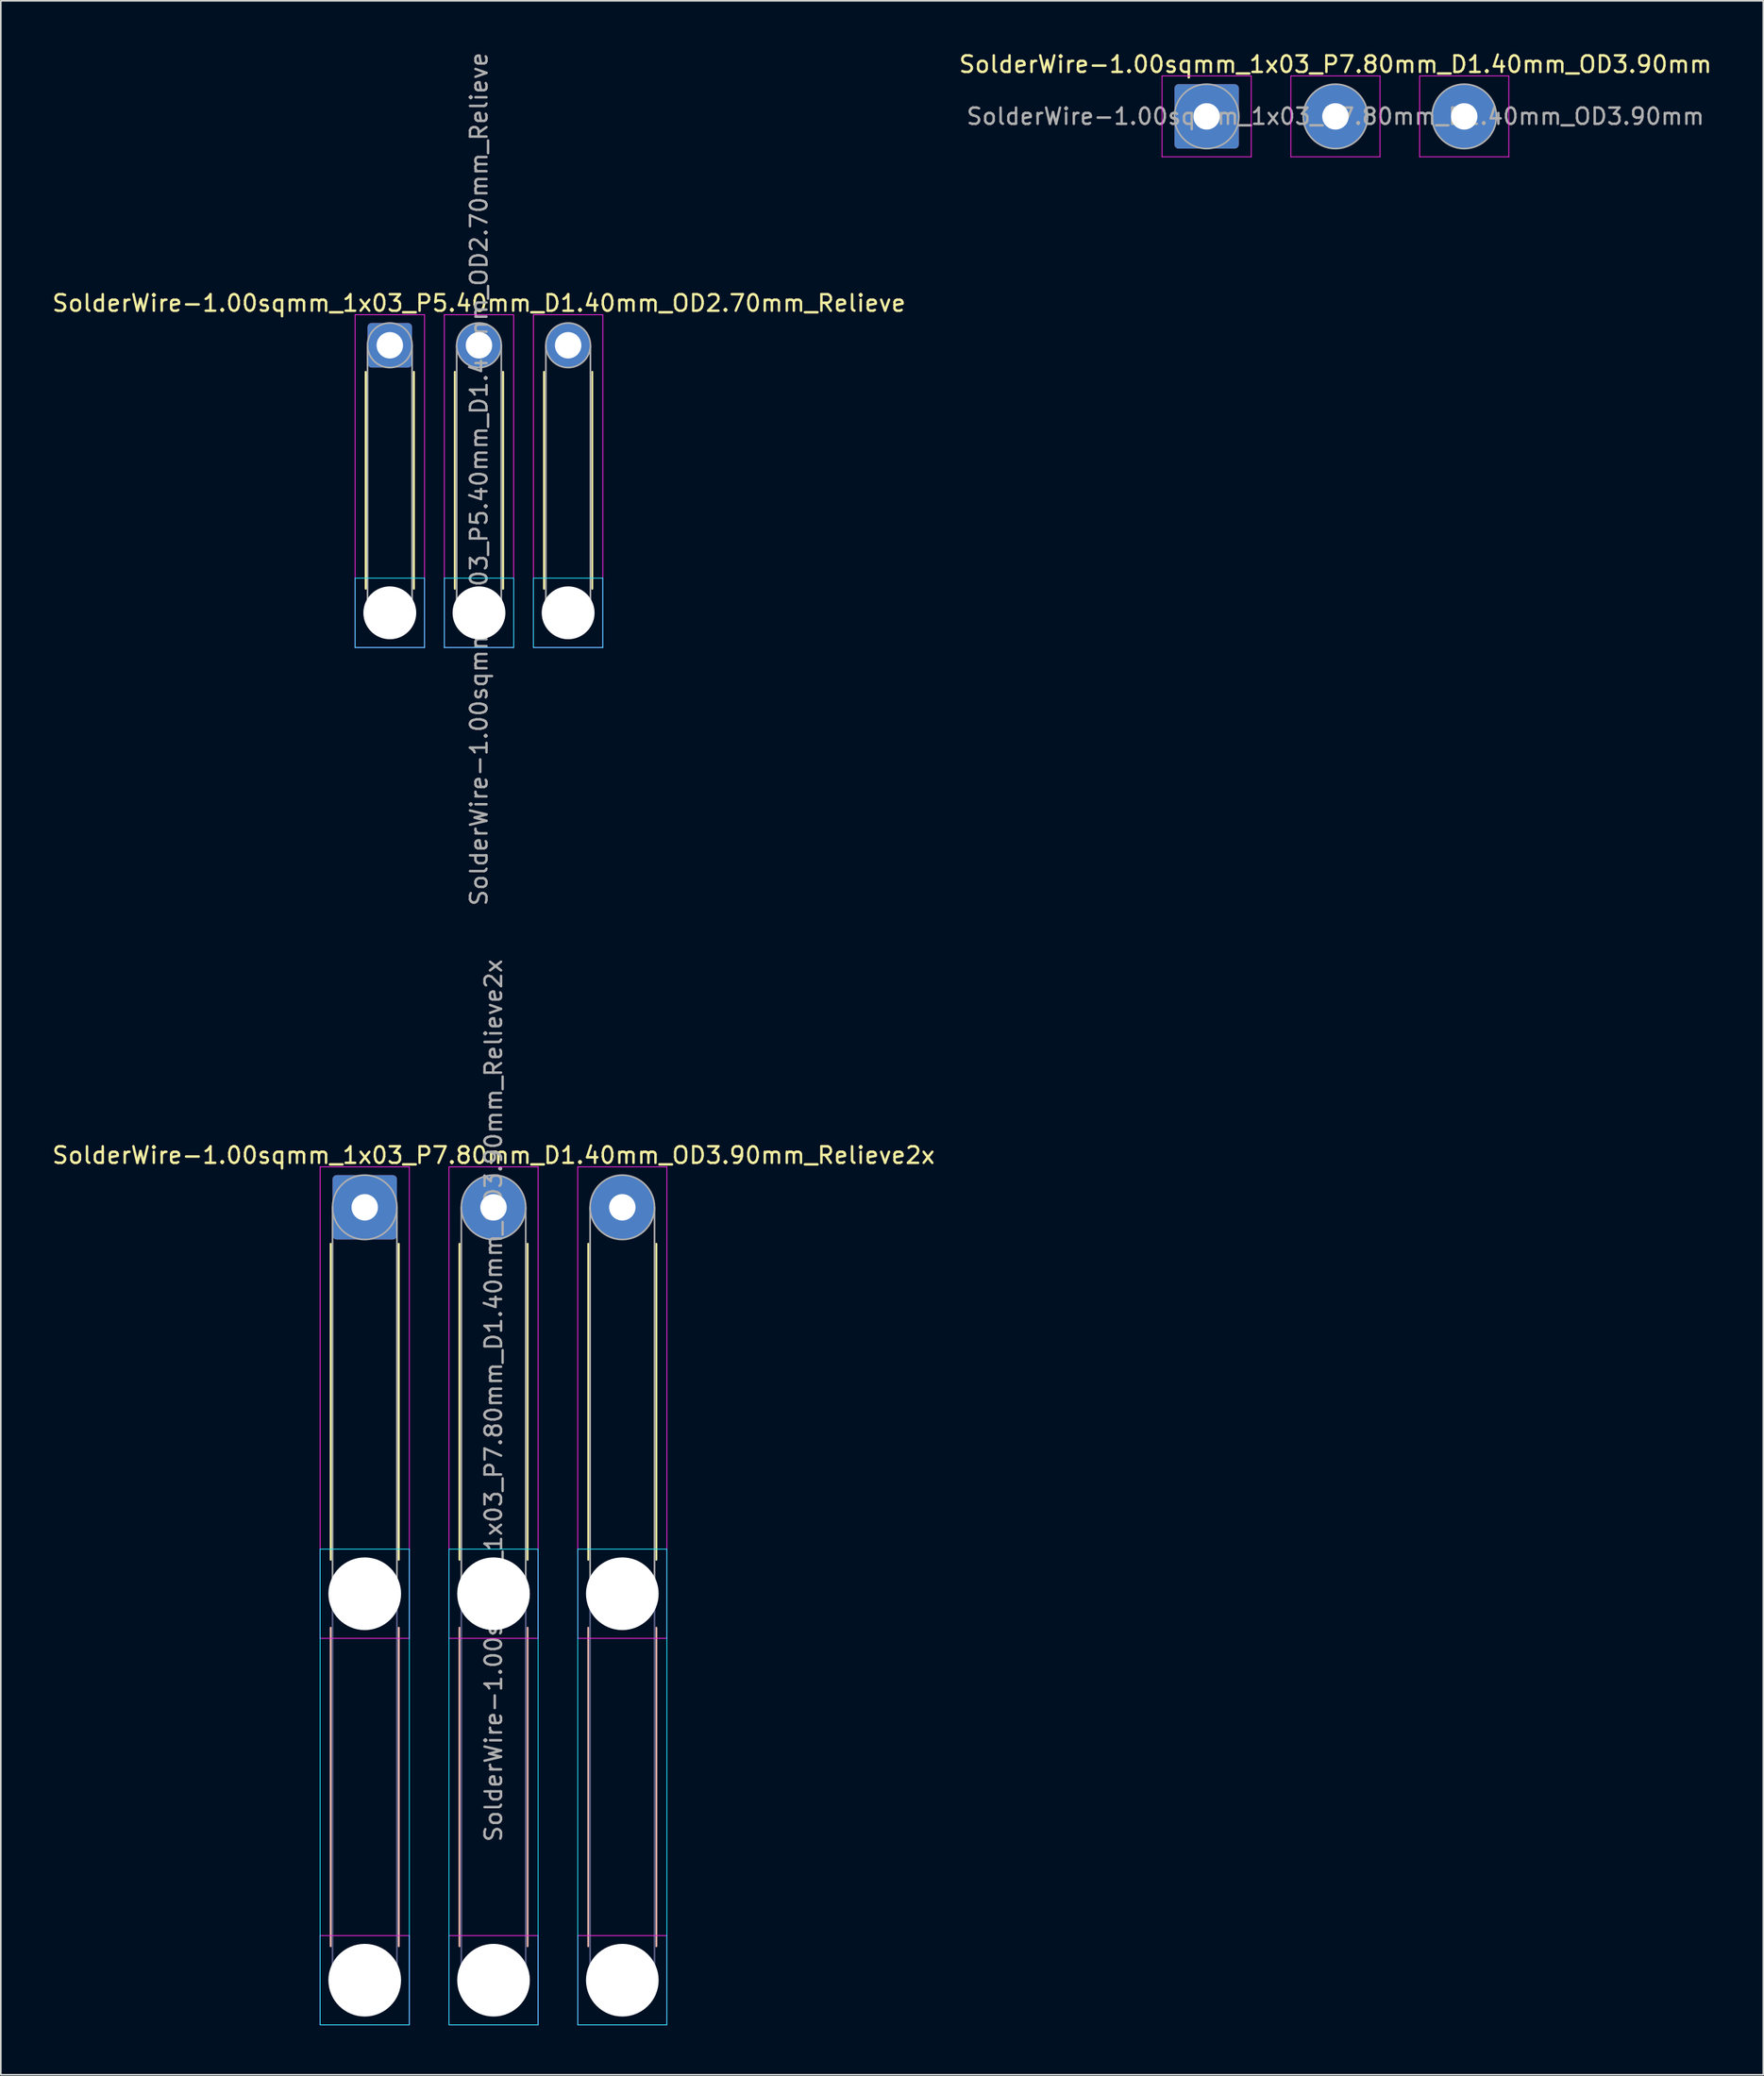
<source format=kicad_pcb>
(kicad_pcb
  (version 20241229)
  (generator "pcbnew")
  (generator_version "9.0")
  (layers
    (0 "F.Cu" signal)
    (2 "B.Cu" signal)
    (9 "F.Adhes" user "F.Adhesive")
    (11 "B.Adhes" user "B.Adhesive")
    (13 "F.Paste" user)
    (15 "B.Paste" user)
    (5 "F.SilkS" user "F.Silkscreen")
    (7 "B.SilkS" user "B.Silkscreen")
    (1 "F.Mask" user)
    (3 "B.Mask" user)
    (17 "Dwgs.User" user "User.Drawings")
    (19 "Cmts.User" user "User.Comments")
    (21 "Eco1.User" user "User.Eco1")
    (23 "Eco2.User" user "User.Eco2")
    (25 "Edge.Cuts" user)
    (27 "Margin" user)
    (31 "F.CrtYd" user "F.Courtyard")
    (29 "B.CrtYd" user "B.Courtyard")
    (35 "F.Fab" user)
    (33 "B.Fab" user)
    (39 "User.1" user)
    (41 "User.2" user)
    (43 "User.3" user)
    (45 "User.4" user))
  (footprint "SolderWire-1.00sqmm_1x03_P7.80mm_D1.40mm_OD3.90mm_Relieve2x"
    (layer "F.Cu")
    (at 19.039 70.056)
    (property "Reference" "SolderWire-1.00sqmm_1x03_P7.80mm_D1.40mm_OD3.90mm_Relieve2x" (at 7.8 -3.15 0) (layer "F.SilkS") (effects (font (size 1 1) (thickness 0.15))))
    (attr exclude_from_pos_files exclude_from_bom)
    (fp_line (start -2.06 2.21) (end -2.06 21.34) (stroke (width 0.12) (type solid)) (layer "F.SilkS"))
    (fp_line (start 2.06 2.21) (end 2.06 21.34) (stroke (width 0.12) (type solid)) (layer "F.SilkS"))
    (fp_line (start 5.74 2.21) (end 5.74 21.34) (stroke (width 0.12) (type solid)) (layer "F.SilkS"))
    (fp_line (start 9.86 2.21) (end 9.86 21.34) (stroke (width 0.12) (type solid)) (layer "F.SilkS"))
    (fp_line (start 13.54 2.21) (end 13.54 21.34) (stroke (width 0.12) (type solid)) (layer "F.SilkS"))
    (fp_line (start 17.66 2.21) (end 17.66 21.34) (stroke (width 0.12) (type solid)) (layer "F.SilkS"))
    (fp_line (start -2.06 25.46) (end -2.06 44.74) (stroke (width 0.12) (type solid)) (layer "B.SilkS"))
    (fp_line (start 2.06 25.46) (end 2.06 44.74) (stroke (width 0.12) (type solid)) (layer "B.SilkS"))
    (fp_line (start 5.74 25.46) (end 5.74 44.74) (stroke (width 0.12) (type solid)) (layer "B.SilkS"))
    (fp_line (start 9.86 25.46) (end 9.86 44.74) (stroke (width 0.12) (type solid)) (layer "B.SilkS"))
    (fp_line (start 13.54 25.46) (end 13.54 44.74) (stroke (width 0.12) (type solid)) (layer "B.SilkS"))
    (fp_line (start 17.66 25.46) (end 17.66 44.74) (stroke (width 0.12) (type solid)) (layer "B.SilkS"))
    (fp_line (start -2.7 20.7) (end -2.7 49.5) (stroke (width 0.05) (type solid)) (layer "B.CrtYd"))
    (fp_line (start -2.7 49.5) (end 2.7 49.5) (stroke (width 0.05) (type solid)) (layer "B.CrtYd"))
    (fp_line (start 2.7 20.7) (end -2.7 20.7) (stroke (width 0.05) (type solid)) (layer "B.CrtYd"))
    (fp_line (start 2.7 49.5) (end 2.7 20.7) (stroke (width 0.05) (type solid)) (layer "B.CrtYd"))
    (fp_line (start 5.1 20.7) (end 5.1 49.5) (stroke (width 0.05) (type solid)) (layer "B.CrtYd"))
    (fp_line (start 5.1 49.5) (end 10.5 49.5) (stroke (width 0.05) (type solid)) (layer "B.CrtYd"))
    (fp_line (start 10.5 20.7) (end 5.1 20.7) (stroke (width 0.05) (type solid)) (layer "B.CrtYd"))
    (fp_line (start 10.5 49.5) (end 10.5 20.7) (stroke (width 0.05) (type solid)) (layer "B.CrtYd"))
    (fp_line (start 12.9 20.7) (end 12.9 49.5) (stroke (width 0.05) (type solid)) (layer "B.CrtYd"))
    (fp_line (start 12.9 49.5) (end 18.3 49.5) (stroke (width 0.05) (type solid)) (layer "B.CrtYd"))
    (fp_line (start 18.3 20.7) (end 12.9 20.7) (stroke (width 0.05) (type solid)) (layer "B.CrtYd"))
    (fp_line (start 18.3 49.5) (end 18.3 20.7) (stroke (width 0.05) (type solid)) (layer "B.CrtYd"))
    (fp_line (start -2.7 -2.45) (end -2.7 26.1) (stroke (width 0.05) (type solid)) (layer "F.CrtYd"))
    (fp_line (start -2.7 26.1) (end 2.7 26.1) (stroke (width 0.05) (type solid)) (layer "F.CrtYd"))
    (fp_line (start -2.7 44.1) (end -2.7 49.5) (stroke (width 0.05) (type solid)) (layer "F.CrtYd"))
    (fp_line (start -2.7 49.5) (end 2.7 49.5) (stroke (width 0.05) (type solid)) (layer "F.CrtYd"))
    (fp_line (start 2.7 -2.45) (end -2.7 -2.45) (stroke (width 0.05) (type solid)) (layer "F.CrtYd"))
    (fp_line (start 2.7 26.1) (end 2.7 -2.45) (stroke (width 0.05) (type solid)) (layer "F.CrtYd"))
    (fp_line (start 2.7 44.1) (end -2.7 44.1) (stroke (width 0.05) (type solid)) (layer "F.CrtYd"))
    (fp_line (start 2.7 49.5) (end 2.7 44.1) (stroke (width 0.05) (type solid)) (layer "F.CrtYd"))
    (fp_line (start 5.1 -2.45) (end 5.1 26.1) (stroke (width 0.05) (type solid)) (layer "F.CrtYd"))
    (fp_line (start 5.1 26.1) (end 10.5 26.1) (stroke (width 0.05) (type solid)) (layer "F.CrtYd"))
    (fp_line (start 5.1 44.1) (end 5.1 49.5) (stroke (width 0.05) (type solid)) (layer "F.CrtYd"))
    (fp_line (start 5.1 49.5) (end 10.5 49.5) (stroke (width 0.05) (type solid)) (layer "F.CrtYd"))
    (fp_line (start 10.5 -2.45) (end 5.1 -2.45) (stroke (width 0.05) (type solid)) (layer "F.CrtYd"))
    (fp_line (start 10.5 26.1) (end 10.5 -2.45) (stroke (width 0.05) (type solid)) (layer "F.CrtYd"))
    (fp_line (start 10.5 44.1) (end 5.1 44.1) (stroke (width 0.05) (type solid)) (layer "F.CrtYd"))
    (fp_line (start 10.5 49.5) (end 10.5 44.1) (stroke (width 0.05) (type solid)) (layer "F.CrtYd"))
    (fp_line (start 12.9 -2.45) (end 12.9 26.1) (stroke (width 0.05) (type solid)) (layer "F.CrtYd"))
    (fp_line (start 12.9 26.1) (end 18.3 26.1) (stroke (width 0.05) (type solid)) (layer "F.CrtYd"))
    (fp_line (start 12.9 44.1) (end 12.9 49.5) (stroke (width 0.05) (type solid)) (layer "F.CrtYd"))
    (fp_line (start 12.9 49.5) (end 18.3 49.5) (stroke (width 0.05) (type solid)) (layer "F.CrtYd"))
    (fp_line (start 18.3 -2.45) (end 12.9 -2.45) (stroke (width 0.05) (type solid)) (layer "F.CrtYd"))
    (fp_line (start 18.3 26.1) (end 18.3 -2.45) (stroke (width 0.05) (type solid)) (layer "F.CrtYd"))
    (fp_line (start 18.3 44.1) (end 12.9 44.1) (stroke (width 0.05) (type solid)) (layer "F.CrtYd"))
    (fp_line (start 18.3 49.5) (end 18.3 44.1) (stroke (width 0.05) (type solid)) (layer "F.CrtYd"))
    (fp_line (start -1.95 23.4) (end -1.95 46.8) (stroke (width 0.1) (type solid)) (layer "B.Fab"))
    (fp_line (start 1.95 23.4) (end 1.95 46.8) (stroke (width 0.1) (type solid)) (layer "B.Fab"))
    (fp_line (start 5.85 23.4) (end 5.85 46.8) (stroke (width 0.1) (type solid)) (layer "B.Fab"))
    (fp_line (start 9.75 23.4) (end 9.75 46.8) (stroke (width 0.1) (type solid)) (layer "B.Fab"))
    (fp_line (start 13.65 23.4) (end 13.65 46.8) (stroke (width 0.1) (type solid)) (layer "B.Fab"))
    (fp_line (start 17.55 23.4) (end 17.55 46.8) (stroke (width 0.1) (type solid)) (layer "B.Fab"))
    (fp_circle (center 0 23.4) (end 1.95 23.4) (stroke (width 0.1) (type solid)) (fill no) (layer "B.Fab"))
    (fp_circle (center 0 46.8) (end 1.95 46.8) (stroke (width 0.1) (type solid)) (fill no) (layer "B.Fab"))
    (fp_circle (center 7.8 23.4) (end 9.75 23.4) (stroke (width 0.1) (type solid)) (fill no) (layer "B.Fab"))
    (fp_circle (center 7.8 46.8) (end 9.75 46.8) (stroke (width 0.1) (type solid)) (fill no) (layer "B.Fab"))
    (fp_circle (center 15.6 23.4) (end 17.55 23.4) (stroke (width 0.1) (type solid)) (fill no) (layer "B.Fab"))
    (fp_circle (center 15.6 46.8) (end 17.55 46.8) (stroke (width 0.1) (type solid)) (fill no) (layer "B.Fab"))
    (fp_line (start -1.95 0) (end -1.95 23.4) (stroke (width 0.1) (type solid)) (layer "F.Fab"))
    (fp_line (start 1.95 0) (end 1.95 23.4) (stroke (width 0.1) (type solid)) (layer "F.Fab"))
    (fp_line (start 5.85 0) (end 5.85 23.4) (stroke (width 0.1) (type solid)) (layer "F.Fab"))
    (fp_line (start 9.75 0) (end 9.75 23.4) (stroke (width 0.1) (type solid)) (layer "F.Fab"))
    (fp_line (start 13.65 0) (end 13.65 23.4) (stroke (width 0.1) (type solid)) (layer "F.Fab"))
    (fp_line (start 17.55 0) (end 17.55 23.4) (stroke (width 0.1) (type solid)) (layer "F.Fab"))
    (fp_circle (center 0 0) (end 1.95 0) (stroke (width 0.1) (type solid)) (fill no) (layer "F.Fab"))
    (fp_circle (center 0 23.4) (end 1.95 23.4) (stroke (width 0.1) (type solid)) (fill no) (layer "F.Fab"))
    (fp_circle (center 0 46.8) (end 1.95 46.8) (stroke (width 0.1) (type solid)) (fill no) (layer "F.Fab"))
    (fp_circle (center 7.8 0) (end 9.75 0) (stroke (width 0.1) (type solid)) (fill no) (layer "F.Fab"))
    (fp_circle (center 7.8 23.4) (end 9.75 23.4) (stroke (width 0.1) (type solid)) (fill no) (layer "F.Fab"))
    (fp_circle (center 7.8 46.8) (end 9.75 46.8) (stroke (width 0.1) (type solid)) (fill no) (layer "F.Fab"))
    (fp_circle (center 15.6 0) (end 17.55 0) (stroke (width 0.1) (type solid)) (fill no) (layer "F.Fab"))
    (fp_circle (center 15.6 23.4) (end 17.55 23.4) (stroke (width 0.1) (type solid)) (fill no) (layer "F.Fab"))
    (fp_circle (center 15.6 46.8) (end 17.55 46.8) (stroke (width 0.1) (type solid)) (fill no) (layer "F.Fab"))
    (fp_text user "${REFERENCE}" (at 7.8 11.7 90) (layer "F.Fab") (effects (font (size 1 1) (thickness 0.15))))
    (pad "" np_thru_hole circle (at 0 23.4) (size 4.4 4.4) (drill 4.4) (layers "*.Cu" "*.Mask"))
    (pad "" np_thru_hole circle (at 0 46.8) (size 4.4 4.4) (drill 4.4) (layers "*.Cu" "*.Mask"))
    (pad "" np_thru_hole circle (at 7.8 23.4) (size 4.4 4.4) (drill 4.4) (layers "*.Cu" "*.Mask"))
    (pad "" np_thru_hole circle (at 7.8 46.8) (size 4.4 4.4) (drill 4.4) (layers "*.Cu" "*.Mask"))
    (pad "" np_thru_hole circle (at 15.6 23.4) (size 4.4 4.4) (drill 4.4) (layers "*.Cu" "*.Mask"))
    (pad "" np_thru_hole circle (at 15.6 46.8) (size 4.4 4.4) (drill 4.4) (layers "*.Cu" "*.Mask"))
    (pad "1" thru_hole roundrect (at 0 0) (size 3.9 3.9) (drill 1.6) (layers "*.Cu" "*.Mask") (roundrect_rratio 0.064))
    (pad "2" thru_hole circle (at 7.8 0) (size 3.9 3.9) (drill 1.6) (layers "*.Cu" "*.Mask"))
    (pad "3" thru_hole circle (at 15.6 0) (size 3.9 3.9) (drill 1.6) (layers "*.Cu" "*.Mask")))
  (footprint "SolderWire-1.00sqmm_1x03_P7.80mm_D1.40mm_OD3.90mm"
    (layer "F.Cu")
    (at 70.027 3.998)
    (property "Reference" "SolderWire-1.00sqmm_1x03_P7.80mm_D1.40mm_OD3.90mm" (at 7.8 -3.15 0) (layer "F.SilkS") (effects (font (size 1 1) (thickness 0.15))))
    (attr exclude_from_pos_files exclude_from_bom)
    (fp_line (start -2.7 -2.45) (end -2.7 2.45) (stroke (width 0.05) (type solid)) (layer "F.CrtYd"))
    (fp_line (start -2.7 2.45) (end 2.7 2.45) (stroke (width 0.05) (type solid)) (layer "F.CrtYd"))
    (fp_line (start 2.7 -2.45) (end -2.7 -2.45) (stroke (width 0.05) (type solid)) (layer "F.CrtYd"))
    (fp_line (start 2.7 2.45) (end 2.7 -2.45) (stroke (width 0.05) (type solid)) (layer "F.CrtYd"))
    (fp_line (start 5.1 -2.45) (end 5.1 2.45) (stroke (width 0.05) (type solid)) (layer "F.CrtYd"))
    (fp_line (start 5.1 2.45) (end 10.5 2.45) (stroke (width 0.05) (type solid)) (layer "F.CrtYd"))
    (fp_line (start 10.5 -2.45) (end 5.1 -2.45) (stroke (width 0.05) (type solid)) (layer "F.CrtYd"))
    (fp_line (start 10.5 2.45) (end 10.5 -2.45) (stroke (width 0.05) (type solid)) (layer "F.CrtYd"))
    (fp_line (start 12.9 -2.45) (end 12.9 2.45) (stroke (width 0.05) (type solid)) (layer "F.CrtYd"))
    (fp_line (start 12.9 2.45) (end 18.3 2.45) (stroke (width 0.05) (type solid)) (layer "F.CrtYd"))
    (fp_line (start 18.3 -2.45) (end 12.9 -2.45) (stroke (width 0.05) (type solid)) (layer "F.CrtYd"))
    (fp_line (start 18.3 2.45) (end 18.3 -2.45) (stroke (width 0.05) (type solid)) (layer "F.CrtYd"))
    (fp_circle (center 0 0) (end 1.95 0) (stroke (width 0.1) (type solid)) (fill no) (layer "F.Fab"))
    (fp_circle (center 7.8 0) (end 9.75 0) (stroke (width 0.1) (type solid)) (fill no) (layer "F.Fab"))
    (fp_circle (center 15.6 0) (end 17.55 0) (stroke (width 0.1) (type solid)) (fill no) (layer "F.Fab"))
    (fp_text user "${REFERENCE}" (at 7.8 0 0) (layer "F.Fab") (effects (font (size 0.98 0.98) (thickness 0.15))))
    (pad "1" thru_hole roundrect (at 0 0) (size 3.9 3.9) (drill 1.6) (layers "*.Cu" "*.Mask") (roundrect_rratio 0.064))
    (pad "2" thru_hole circle (at 7.8 0) (size 3.9 3.9) (drill 1.6) (layers "*.Cu" "*.Mask"))
    (pad "3" thru_hole circle (at 15.6 0) (size 3.9 3.9) (drill 1.6) (layers "*.Cu" "*.Mask")))
  (footprint "SolderWire-1.00sqmm_1x03_P5.40mm_D1.40mm_OD2.70mm_Relieve"
    (layer "F.Cu")
    (at 20.558 17.858)
    (property "Reference" "SolderWire-1.00sqmm_1x03_P5.40mm_D1.40mm_OD2.70mm_Relieve" (at 5.4 -2.55 0) (layer "F.SilkS") (effects (font (size 1 1) (thickness 0.15))))
    (attr exclude_from_pos_files exclude_from_bom)
    (fp_line (start -1.46 1.61) (end -1.46 14.74) (stroke (width 0.12) (type solid)) (layer "F.SilkS"))
    (fp_line (start 1.46 1.61) (end 1.46 14.74) (stroke (width 0.12) (type solid)) (layer "F.SilkS"))
    (fp_line (start 3.94 1.61) (end 3.94 14.74) (stroke (width 0.12) (type solid)) (layer "F.SilkS"))
    (fp_line (start 6.86 1.61) (end 6.86 14.74) (stroke (width 0.12) (type solid)) (layer "F.SilkS"))
    (fp_line (start 9.34 1.61) (end 9.34 14.74) (stroke (width 0.12) (type solid)) (layer "F.SilkS"))
    (fp_line (start 12.26 1.61) (end 12.26 14.74) (stroke (width 0.12) (type solid)) (layer "F.SilkS"))
    (fp_line (start -2.1 14.1) (end -2.1 18.3) (stroke (width 0.05) (type solid)) (layer "B.CrtYd"))
    (fp_line (start -2.1 18.3) (end 2.1 18.3) (stroke (width 0.05) (type solid)) (layer "B.CrtYd"))
    (fp_line (start 2.1 14.1) (end -2.1 14.1) (stroke (width 0.05) (type solid)) (layer "B.CrtYd"))
    (fp_line (start 2.1 18.3) (end 2.1 14.1) (stroke (width 0.05) (type solid)) (layer "B.CrtYd"))
    (fp_line (start 3.3 14.1) (end 3.3 18.3) (stroke (width 0.05) (type solid)) (layer "B.CrtYd"))
    (fp_line (start 3.3 18.3) (end 7.5 18.3) (stroke (width 0.05) (type solid)) (layer "B.CrtYd"))
    (fp_line (start 7.5 14.1) (end 3.3 14.1) (stroke (width 0.05) (type solid)) (layer "B.CrtYd"))
    (fp_line (start 7.5 18.3) (end 7.5 14.1) (stroke (width 0.05) (type solid)) (layer "B.CrtYd"))
    (fp_line (start 8.7 14.1) (end 8.7 18.3) (stroke (width 0.05) (type solid)) (layer "B.CrtYd"))
    (fp_line (start 8.7 18.3) (end 12.9 18.3) (stroke (width 0.05) (type solid)) (layer "B.CrtYd"))
    (fp_line (start 12.9 14.1) (end 8.7 14.1) (stroke (width 0.05) (type solid)) (layer "B.CrtYd"))
    (fp_line (start 12.9 18.3) (end 12.9 14.1) (stroke (width 0.05) (type solid)) (layer "B.CrtYd"))
    (fp_line (start -2.1 -1.85) (end -2.1 18.3) (stroke (width 0.05) (type solid)) (layer "F.CrtYd"))
    (fp_line (start -2.1 18.3) (end 2.1 18.3) (stroke (width 0.05) (type solid)) (layer "F.CrtYd"))
    (fp_line (start 2.1 -1.85) (end -2.1 -1.85) (stroke (width 0.05) (type solid)) (layer "F.CrtYd"))
    (fp_line (start 2.1 18.3) (end 2.1 -1.85) (stroke (width 0.05) (type solid)) (layer "F.CrtYd"))
    (fp_line (start 3.3 -1.85) (end 3.3 18.3) (stroke (width 0.05) (type solid)) (layer "F.CrtYd"))
    (fp_line (start 3.3 18.3) (end 7.5 18.3) (stroke (width 0.05) (type solid)) (layer "F.CrtYd"))
    (fp_line (start 7.5 -1.85) (end 3.3 -1.85) (stroke (width 0.05) (type solid)) (layer "F.CrtYd"))
    (fp_line (start 7.5 18.3) (end 7.5 -1.85) (stroke (width 0.05) (type solid)) (layer "F.CrtYd"))
    (fp_line (start 8.7 -1.85) (end 8.7 18.3) (stroke (width 0.05) (type solid)) (layer "F.CrtYd"))
    (fp_line (start 8.7 18.3) (end 12.9 18.3) (stroke (width 0.05) (type solid)) (layer "F.CrtYd"))
    (fp_line (start 12.9 -1.85) (end 8.7 -1.85) (stroke (width 0.05) (type solid)) (layer "F.CrtYd"))
    (fp_line (start 12.9 18.3) (end 12.9 -1.85) (stroke (width 0.05) (type solid)) (layer "F.CrtYd"))
    (fp_line (start -1.35 0) (end -1.35 16.2) (stroke (width 0.1) (type solid)) (layer "F.Fab"))
    (fp_line (start 1.35 0) (end 1.35 16.2) (stroke (width 0.1) (type solid)) (layer "F.Fab"))
    (fp_line (start 4.05 0) (end 4.05 16.2) (stroke (width 0.1) (type solid)) (layer "F.Fab"))
    (fp_line (start 6.75 0) (end 6.75 16.2) (stroke (width 0.1) (type solid)) (layer "F.Fab"))
    (fp_line (start 9.45 0) (end 9.45 16.2) (stroke (width 0.1) (type solid)) (layer "F.Fab"))
    (fp_line (start 12.15 0) (end 12.15 16.2) (stroke (width 0.1) (type solid)) (layer "F.Fab"))
    (fp_circle (center 0 0) (end 1.35 0) (stroke (width 0.1) (type solid)) (fill no) (layer "F.Fab"))
    (fp_circle (center 0 16.2) (end 1.35 16.2) (stroke (width 0.1) (type solid)) (fill no) (layer "F.Fab"))
    (fp_circle (center 5.4 0) (end 6.75 0) (stroke (width 0.1) (type solid)) (fill no) (layer "F.Fab"))
    (fp_circle (center 5.4 16.2) (end 6.75 16.2) (stroke (width 0.1) (type solid)) (fill no) (layer "F.Fab"))
    (fp_circle (center 10.8 0) (end 12.15 0) (stroke (width 0.1) (type solid)) (fill no) (layer "F.Fab"))
    (fp_circle (center 10.8 16.2) (end 12.15 16.2) (stroke (width 0.1) (type solid)) (fill no) (layer "F.Fab"))
    (fp_text user "${REFERENCE}" (at 5.4 8.1 90) (layer "F.Fab") (effects (font (size 1 1) (thickness 0.15))))
    (pad "" np_thru_hole circle (at 0 16.2) (size 3.2 3.2) (drill 3.2) (layers "*.Cu" "*.Mask"))
    (pad "" np_thru_hole circle (at 5.4 16.2) (size 3.2 3.2) (drill 3.2) (layers "*.Cu" "*.Mask"))
    (pad "" np_thru_hole circle (at 10.8 16.2) (size 3.2 3.2) (drill 3.2) (layers "*.Cu" "*.Mask"))
    (pad "1" thru_hole roundrect (at 0 0) (size 2.7 2.7) (drill 1.6) (layers "*.Cu" "*.Mask") (roundrect_rratio 0.093))
    (pad "2" thru_hole circle (at 5.4 0) (size 2.7 2.7) (drill 1.6) (layers "*.Cu" "*.Mask"))
    (pad "3" thru_hole circle (at 10.8 0) (size 2.7 2.7) (drill 1.6) (layers "*.Cu" "*.Mask")))
  (gr_rect
    (start -3 -3)
    (end 103.738 122.581)
    (stroke (width 0.1) (type default))
    (fill no)
    (layer "Edge.Cuts")))
</source>
